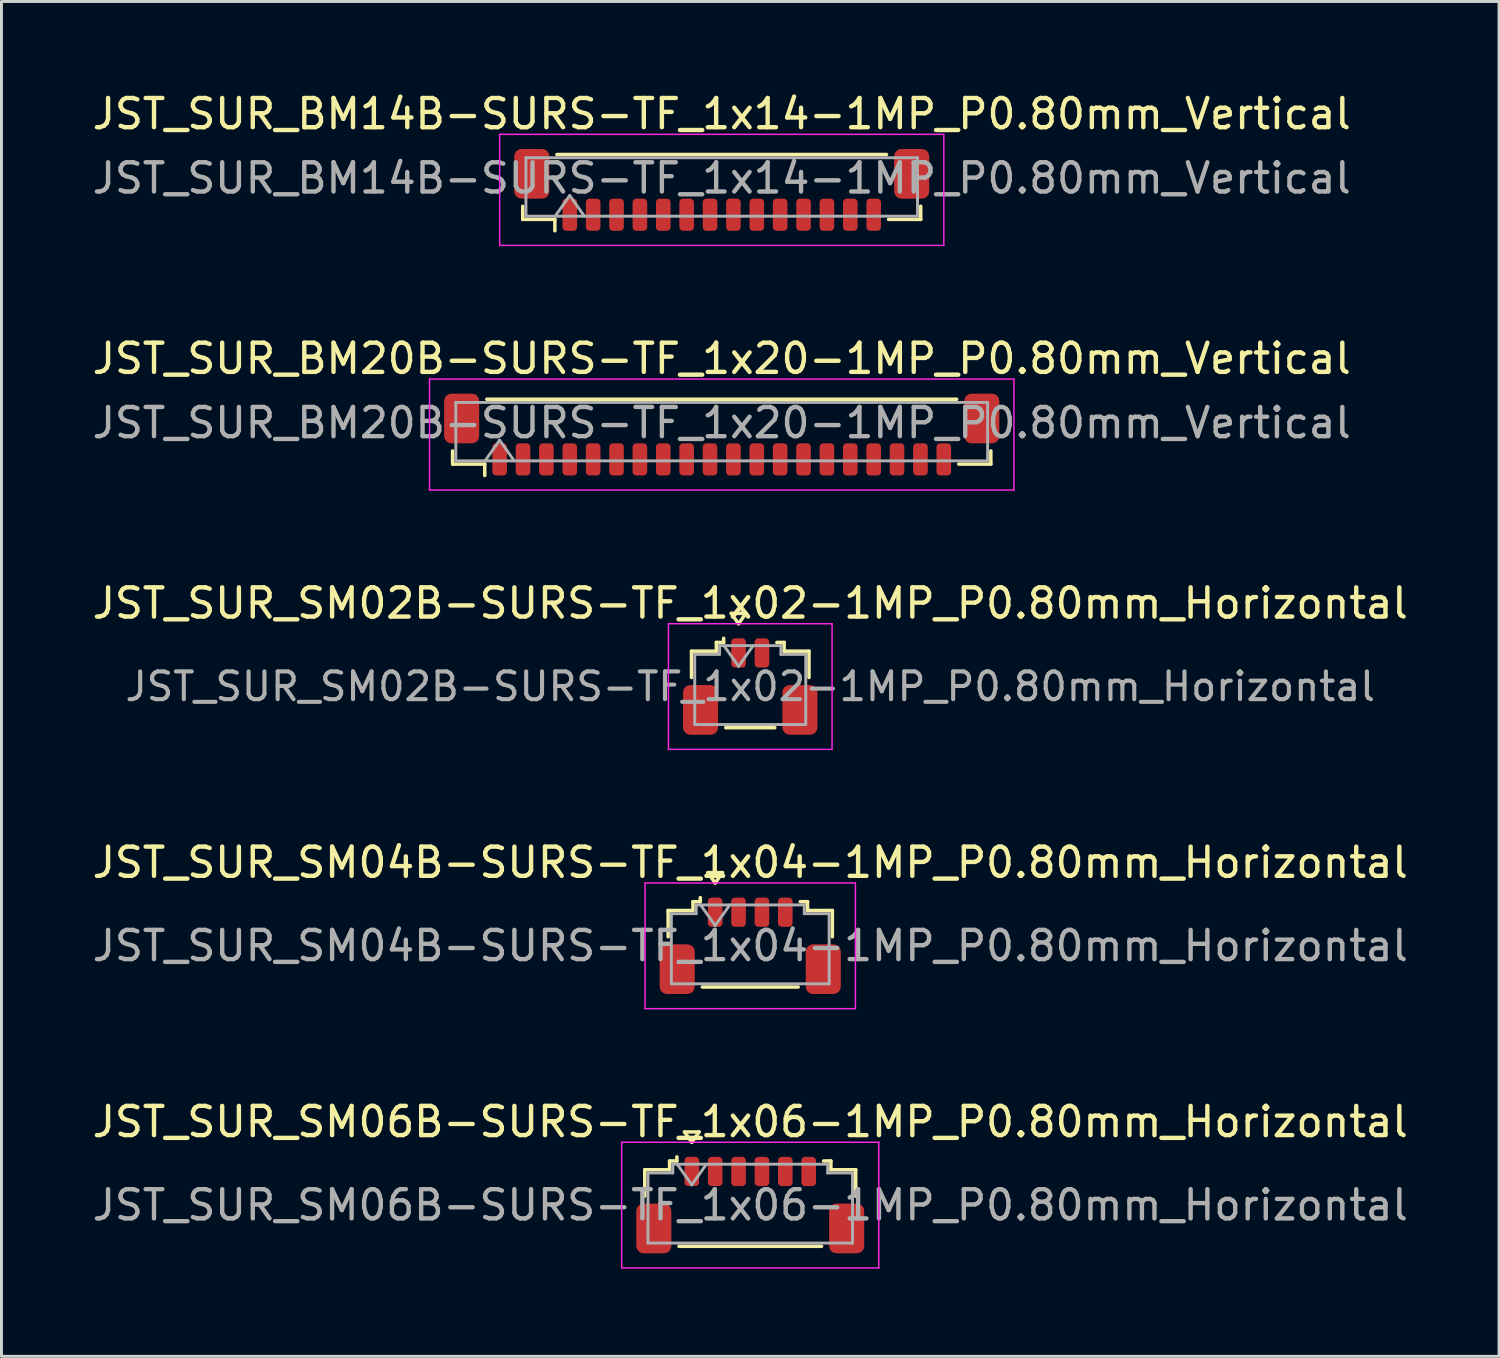
<source format=kicad_pcb>
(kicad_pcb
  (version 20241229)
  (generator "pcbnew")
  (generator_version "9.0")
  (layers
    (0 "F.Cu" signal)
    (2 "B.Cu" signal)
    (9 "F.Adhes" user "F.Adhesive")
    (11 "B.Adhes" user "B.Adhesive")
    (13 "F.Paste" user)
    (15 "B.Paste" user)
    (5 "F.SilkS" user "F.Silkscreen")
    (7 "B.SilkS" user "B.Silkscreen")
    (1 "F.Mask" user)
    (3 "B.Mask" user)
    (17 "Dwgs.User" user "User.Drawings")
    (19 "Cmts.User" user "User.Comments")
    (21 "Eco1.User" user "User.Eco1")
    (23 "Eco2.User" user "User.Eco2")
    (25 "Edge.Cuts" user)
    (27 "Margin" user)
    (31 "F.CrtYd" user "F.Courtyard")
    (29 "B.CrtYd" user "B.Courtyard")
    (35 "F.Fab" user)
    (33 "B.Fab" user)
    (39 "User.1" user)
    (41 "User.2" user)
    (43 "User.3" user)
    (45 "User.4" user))
  (footprint "JST_SUR_SM06B-SURS-TF_1x06-1MP_P0.80mm_Horizontal"
    (layer "F.Cu")
    (at 22.625 38.191)
    (property "Reference" "JST_SUR_SM06B-SURS-TF_1x06-1MP_P0.80mm_Horizontal" (at 0 -2.85 0) (layer "F.SilkS") (effects (font (size 1 1) (thickness 0.15))))
    (attr smd)
    (fp_line (start -3.61 -1.21) (end -2.76 -1.21) (stroke (width 0.12) (type solid)) (layer "F.SilkS"))
    (fp_line (start -3.61 -0.31) (end -3.61 -1.21) (stroke (width 0.12) (type solid)) (layer "F.SilkS"))
    (fp_line (start -2.76 -1.51) (end -2.51 -1.51) (stroke (width 0.12) (type solid)) (layer "F.SilkS"))
    (fp_line (start -2.76 -1.21) (end -2.76 -1.51) (stroke (width 0.12) (type solid)) (layer "F.SilkS"))
    (fp_line (start -2.51 -1.51) (end -2.51 -1.65) (stroke (width 0.12) (type solid)) (layer "F.SilkS"))
    (fp_line (start -2.44 1.41) (end 2.44 1.41) (stroke (width 0.12) (type solid)) (layer "F.SilkS"))
    (fp_line (start -2.25 -2.504) (end -2 -2.15) (stroke (width 0.12) (type solid)) (layer "F.SilkS"))
    (fp_line (start -2 -2.15) (end -1.75 -2.504) (stroke (width 0.12) (type solid)) (layer "F.SilkS"))
    (fp_line (start -1.75 -2.504) (end -2.25 -2.504) (stroke (width 0.12) (type solid)) (layer "F.SilkS"))
    (fp_line (start 2.76 -1.51) (end 2.51 -1.51) (stroke (width 0.12) (type solid)) (layer "F.SilkS"))
    (fp_line (start 2.76 -1.21) (end 2.76 -1.51) (stroke (width 0.12) (type solid)) (layer "F.SilkS"))
    (fp_line (start 3.61 -1.21) (end 2.76 -1.21) (stroke (width 0.12) (type solid)) (layer "F.SilkS"))
    (fp_line (start 3.61 -0.31) (end 3.61 -1.21) (stroke (width 0.12) (type solid)) (layer "F.SilkS"))
    (fp_line (start -4.4 -2.15) (end -4.4 2.15) (stroke (width 0.05) (type solid)) (layer "F.CrtYd"))
    (fp_line (start -4.4 2.15) (end 4.4 2.15) (stroke (width 0.05) (type solid)) (layer "F.CrtYd"))
    (fp_line (start 4.4 -2.15) (end -4.4 -2.15) (stroke (width 0.05) (type solid)) (layer "F.CrtYd"))
    (fp_line (start 4.4 2.15) (end 4.4 -2.15) (stroke (width 0.05) (type solid)) (layer "F.CrtYd"))
    (fp_line (start -3.5 -1.1) (end -3.5 1.3) (stroke (width 0.1) (type solid)) (layer "F.Fab"))
    (fp_line (start -3.5 -1.1) (end -2.65 -1.1) (stroke (width 0.1) (type solid)) (layer "F.Fab"))
    (fp_line (start -3.5 1.3) (end 3.5 1.3) (stroke (width 0.1) (type solid)) (layer "F.Fab"))
    (fp_line (start -2.65 -1.4) (end 2.65 -1.4) (stroke (width 0.1) (type solid)) (layer "F.Fab"))
    (fp_line (start -2.65 -1.1) (end -2.65 -1.4) (stroke (width 0.1) (type solid)) (layer "F.Fab"))
    (fp_line (start -2.5 -1.4) (end -2 -0.693) (stroke (width 0.1) (type solid)) (layer "F.Fab"))
    (fp_line (start -2 -0.693) (end -1.5 -1.4) (stroke (width 0.1) (type solid)) (layer "F.Fab"))
    (fp_line (start 2.65 -1.4) (end 2.65 -1.1) (stroke (width 0.1) (type solid)) (layer "F.Fab"))
    (fp_line (start 2.65 -1.1) (end 3.5 -1.1) (stroke (width 0.1) (type solid)) (layer "F.Fab"))
    (fp_line (start 3.5 -1.1) (end 3.5 1.3) (stroke (width 0.1) (type solid)) (layer "F.Fab"))
    (fp_text user "${REFERENCE}" (at 0 0 0) (layer "F.Fab") (effects (font (size 1 1) (thickness 0.15))))
    (pad "1" smd roundrect (at -2 -1.15) (size 0.5 1) (layers "F.Cu" "F.Mask" "F.Paste") (roundrect_rratio 0.25))
    (pad "2" smd roundrect (at -1.2 -1.15) (size 0.5 1) (layers "F.Cu" "F.Mask" "F.Paste") (roundrect_rratio 0.25))
    (pad "3" smd roundrect (at -0.4 -1.15) (size 0.5 1) (layers "F.Cu" "F.Mask" "F.Paste") (roundrect_rratio 0.25))
    (pad "4" smd roundrect (at 0.4 -1.15) (size 0.5 1) (layers "F.Cu" "F.Mask" "F.Paste") (roundrect_rratio 0.25))
    (pad "5" smd roundrect (at 1.2 -1.15) (size 0.5 1) (layers "F.Cu" "F.Mask" "F.Paste") (roundrect_rratio 0.25))
    (pad "6" smd roundrect (at 2 -1.15) (size 0.5 1) (layers "F.Cu" "F.Mask" "F.Paste") (roundrect_rratio 0.25))
    (pad "MP" smd roundrect (at -3.3 0.8) (size 1.2 1.7) (layers "F.Cu" "F.Mask" "F.Paste") (roundrect_rratio 0.208))
    (pad "MP" smd roundrect (at 3.3 0.8) (size 1.2 1.7) (layers "F.Cu" "F.Mask" "F.Paste") (roundrect_rratio 0.208)))
  (footprint "JST_SUR_BM20B-SURS-TF_1x20-1MP_P0.80mm_Vertical"
    (layer "F.Cu")
    (at 21.649 11.822)
    (property "Reference" "JST_SUR_BM20B-SURS-TF_1x20-1MP_P0.80mm_Vertical" (at 0 -2.6 0) (layer "F.SilkS") (effects (font (size 1 1) (thickness 0.15))))
    (attr smd)
    (fp_line (start -9.21 0.56) (end -9.21 1.01) (stroke (width 0.12) (type solid)) (layer "F.SilkS"))
    (fp_line (start -9.21 1.01) (end -8.11 1.01) (stroke (width 0.12) (type solid)) (layer "F.SilkS"))
    (fp_line (start -8.11 1.01) (end -8.11 1.4) (stroke (width 0.12) (type solid)) (layer "F.SilkS"))
    (fp_line (start -8.04 -1.21) (end 8.04 -1.21) (stroke (width 0.12) (type solid)) (layer "F.SilkS"))
    (fp_line (start 9.21 0.56) (end 9.21 1.01) (stroke (width 0.12) (type solid)) (layer "F.SilkS"))
    (fp_line (start 9.21 1.01) (end 8.11 1.01) (stroke (width 0.12) (type solid)) (layer "F.SilkS"))
    (fp_line (start -10 -1.9) (end -10 1.9) (stroke (width 0.05) (type solid)) (layer "F.CrtYd"))
    (fp_line (start -10 1.9) (end 10 1.9) (stroke (width 0.05) (type solid)) (layer "F.CrtYd"))
    (fp_line (start 10 -1.9) (end -10 -1.9) (stroke (width 0.05) (type solid)) (layer "F.CrtYd"))
    (fp_line (start 10 1.9) (end 10 -1.9) (stroke (width 0.05) (type solid)) (layer "F.CrtYd"))
    (fp_line (start -9.1 -1.1) (end 9.1 -1.1) (stroke (width 0.1) (type solid)) (layer "F.Fab"))
    (fp_line (start -9.1 0.9) (end -9.1 -1.1) (stroke (width 0.1) (type solid)) (layer "F.Fab"))
    (fp_line (start -9.1 0.9) (end 9.1 0.9) (stroke (width 0.1) (type solid)) (layer "F.Fab"))
    (fp_line (start -8.1 0.9) (end -7.6 0.193) (stroke (width 0.1) (type solid)) (layer "F.Fab"))
    (fp_line (start -7.6 0.193) (end -7.1 0.9) (stroke (width 0.1) (type solid)) (layer "F.Fab"))
    (fp_line (start 9.1 0.9) (end 9.1 -1.1) (stroke (width 0.1) (type solid)) (layer "F.Fab"))
    (fp_text user "${REFERENCE}" (at 0 -0.4 0) (layer "F.Fab") (effects (font (size 1 1) (thickness 0.15))))
    (pad "1" smd roundrect (at -7.6 0.85) (size 0.5 1.1) (layers "F.Cu" "F.Mask" "F.Paste") (roundrect_rratio 0.25))
    (pad "2" smd roundrect (at -6.8 0.85) (size 0.5 1.1) (layers "F.Cu" "F.Mask" "F.Paste") (roundrect_rratio 0.25))
    (pad "3" smd roundrect (at -6 0.85) (size 0.5 1.1) (layers "F.Cu" "F.Mask" "F.Paste") (roundrect_rratio 0.25))
    (pad "4" smd roundrect (at -5.2 0.85) (size 0.5 1.1) (layers "F.Cu" "F.Mask" "F.Paste") (roundrect_rratio 0.25))
    (pad "5" smd roundrect (at -4.4 0.85) (size 0.5 1.1) (layers "F.Cu" "F.Mask" "F.Paste") (roundrect_rratio 0.25))
    (pad "6" smd roundrect (at -3.6 0.85) (size 0.5 1.1) (layers "F.Cu" "F.Mask" "F.Paste") (roundrect_rratio 0.25))
    (pad "7" smd roundrect (at -2.8 0.85) (size 0.5 1.1) (layers "F.Cu" "F.Mask" "F.Paste") (roundrect_rratio 0.25))
    (pad "8" smd roundrect (at -2 0.85) (size 0.5 1.1) (layers "F.Cu" "F.Mask" "F.Paste") (roundrect_rratio 0.25))
    (pad "9" smd roundrect (at -1.2 0.85) (size 0.5 1.1) (layers "F.Cu" "F.Mask" "F.Paste") (roundrect_rratio 0.25))
    (pad "10" smd roundrect (at -0.4 0.85) (size 0.5 1.1) (layers "F.Cu" "F.Mask" "F.Paste") (roundrect_rratio 0.25))
    (pad "11" smd roundrect (at 0.4 0.85) (size 0.5 1.1) (layers "F.Cu" "F.Mask" "F.Paste") (roundrect_rratio 0.25))
    (pad "12" smd roundrect (at 1.2 0.85) (size 0.5 1.1) (layers "F.Cu" "F.Mask" "F.Paste") (roundrect_rratio 0.25))
    (pad "13" smd roundrect (at 2 0.85) (size 0.5 1.1) (layers "F.Cu" "F.Mask" "F.Paste") (roundrect_rratio 0.25))
    (pad "14" smd roundrect (at 2.8 0.85) (size 0.5 1.1) (layers "F.Cu" "F.Mask" "F.Paste") (roundrect_rratio 0.25))
    (pad "15" smd roundrect (at 3.6 0.85) (size 0.5 1.1) (layers "F.Cu" "F.Mask" "F.Paste") (roundrect_rratio 0.25))
    (pad "16" smd roundrect (at 4.4 0.85) (size 0.5 1.1) (layers "F.Cu" "F.Mask" "F.Paste") (roundrect_rratio 0.25))
    (pad "17" smd roundrect (at 5.2 0.85) (size 0.5 1.1) (layers "F.Cu" "F.Mask" "F.Paste") (roundrect_rratio 0.25))
    (pad "18" smd roundrect (at 6 0.85) (size 0.5 1.1) (layers "F.Cu" "F.Mask" "F.Paste") (roundrect_rratio 0.25))
    (pad "19" smd roundrect (at 6.8 0.85) (size 0.5 1.1) (layers "F.Cu" "F.Mask" "F.Paste") (roundrect_rratio 0.25))
    (pad "20" smd roundrect (at 7.6 0.85) (size 0.5 1.1) (layers "F.Cu" "F.Mask" "F.Paste") (roundrect_rratio 0.25))
    (pad "MP" smd roundrect (at -8.9 -0.55) (size 1.2 1.7) (layers "F.Cu" "F.Mask" "F.Paste") (roundrect_rratio 0.208))
    (pad "MP" smd roundrect (at 8.9 -0.55) (size 1.2 1.7) (layers "F.Cu" "F.Mask" "F.Paste") (roundrect_rratio 0.208)))
  (footprint "JST_SUR_SM04B-SURS-TF_1x04-1MP_P0.80mm_Horizontal"
    (layer "F.Cu")
    (at 22.625 29.318)
    (property "Reference" "JST_SUR_SM04B-SURS-TF_1x04-1MP_P0.80mm_Horizontal" (at 0 -2.85 0) (layer "F.SilkS") (effects (font (size 1 1) (thickness 0.15))))
    (attr smd)
    (fp_line (start -2.81 -1.21) (end -1.96 -1.21) (stroke (width 0.12) (type solid)) (layer "F.SilkS"))
    (fp_line (start -2.81 -0.31) (end -2.81 -1.21) (stroke (width 0.12) (type solid)) (layer "F.SilkS"))
    (fp_line (start -1.96 -1.51) (end -1.71 -1.51) (stroke (width 0.12) (type solid)) (layer "F.SilkS"))
    (fp_line (start -1.96 -1.21) (end -1.96 -1.51) (stroke (width 0.12) (type solid)) (layer "F.SilkS"))
    (fp_line (start -1.71 -1.51) (end -1.71 -1.65) (stroke (width 0.12) (type solid)) (layer "F.SilkS"))
    (fp_line (start -1.64 1.41) (end 1.64 1.41) (stroke (width 0.12) (type solid)) (layer "F.SilkS"))
    (fp_line (start -1.45 -2.504) (end -1.2 -2.15) (stroke (width 0.12) (type solid)) (layer "F.SilkS"))
    (fp_line (start -1.2 -2.15) (end -0.95 -2.504) (stroke (width 0.12) (type solid)) (layer "F.SilkS"))
    (fp_line (start -0.95 -2.504) (end -1.45 -2.504) (stroke (width 0.12) (type solid)) (layer "F.SilkS"))
    (fp_line (start 1.96 -1.51) (end 1.71 -1.51) (stroke (width 0.12) (type solid)) (layer "F.SilkS"))
    (fp_line (start 1.96 -1.21) (end 1.96 -1.51) (stroke (width 0.12) (type solid)) (layer "F.SilkS"))
    (fp_line (start 2.81 -1.21) (end 1.96 -1.21) (stroke (width 0.12) (type solid)) (layer "F.SilkS"))
    (fp_line (start 2.81 -0.31) (end 2.81 -1.21) (stroke (width 0.12) (type solid)) (layer "F.SilkS"))
    (fp_line (start -3.6 -2.15) (end -3.6 2.15) (stroke (width 0.05) (type solid)) (layer "F.CrtYd"))
    (fp_line (start -3.6 2.15) (end 3.6 2.15) (stroke (width 0.05) (type solid)) (layer "F.CrtYd"))
    (fp_line (start 3.6 -2.15) (end -3.6 -2.15) (stroke (width 0.05) (type solid)) (layer "F.CrtYd"))
    (fp_line (start 3.6 2.15) (end 3.6 -2.15) (stroke (width 0.05) (type solid)) (layer "F.CrtYd"))
    (fp_line (start -2.7 -1.1) (end -2.7 1.3) (stroke (width 0.1) (type solid)) (layer "F.Fab"))
    (fp_line (start -2.7 -1.1) (end -1.85 -1.1) (stroke (width 0.1) (type solid)) (layer "F.Fab"))
    (fp_line (start -2.7 1.3) (end 2.7 1.3) (stroke (width 0.1) (type solid)) (layer "F.Fab"))
    (fp_line (start -1.85 -1.4) (end 1.85 -1.4) (stroke (width 0.1) (type solid)) (layer "F.Fab"))
    (fp_line (start -1.85 -1.1) (end -1.85 -1.4) (stroke (width 0.1) (type solid)) (layer "F.Fab"))
    (fp_line (start -1.7 -1.4) (end -1.2 -0.693) (stroke (width 0.1) (type solid)) (layer "F.Fab"))
    (fp_line (start -1.2 -0.693) (end -0.7 -1.4) (stroke (width 0.1) (type solid)) (layer "F.Fab"))
    (fp_line (start 1.85 -1.4) (end 1.85 -1.1) (stroke (width 0.1) (type solid)) (layer "F.Fab"))
    (fp_line (start 1.85 -1.1) (end 2.7 -1.1) (stroke (width 0.1) (type solid)) (layer "F.Fab"))
    (fp_line (start 2.7 -1.1) (end 2.7 1.3) (stroke (width 0.1) (type solid)) (layer "F.Fab"))
    (fp_text user "${REFERENCE}" (at 0 0 0) (layer "F.Fab") (effects (font (size 1 1) (thickness 0.15))))
    (pad "1" smd roundrect (at -1.2 -1.15) (size 0.5 1) (layers "F.Cu" "F.Mask" "F.Paste") (roundrect_rratio 0.25))
    (pad "2" smd roundrect (at -0.4 -1.15) (size 0.5 1) (layers "F.Cu" "F.Mask" "F.Paste") (roundrect_rratio 0.25))
    (pad "3" smd roundrect (at 0.4 -1.15) (size 0.5 1) (layers "F.Cu" "F.Mask" "F.Paste") (roundrect_rratio 0.25))
    (pad "4" smd roundrect (at 1.2 -1.15) (size 0.5 1) (layers "F.Cu" "F.Mask" "F.Paste") (roundrect_rratio 0.25))
    (pad "MP" smd roundrect (at -2.5 0.8) (size 1.2 1.7) (layers "F.Cu" "F.Mask" "F.Paste") (roundrect_rratio 0.208))
    (pad "MP" smd roundrect (at 2.5 0.8) (size 1.2 1.7) (layers "F.Cu" "F.Mask" "F.Paste") (roundrect_rratio 0.208)))
  (footprint "JST_SUR_SM02B-SURS-TF_1x02-1MP_P0.80mm_Horizontal"
    (layer "F.Cu")
    (at 22.625 20.445)
    (property "Reference" "JST_SUR_SM02B-SURS-TF_1x02-1MP_P0.80mm_Horizontal" (at 0 -2.85 0) (layer "F.SilkS") (effects (font (size 1 1) (thickness 0.15))))
    (attr smd)
    (fp_line (start -2.01 -1.21) (end -1.16 -1.21) (stroke (width 0.12) (type solid)) (layer "F.SilkS"))
    (fp_line (start -2.01 -0.31) (end -2.01 -1.21) (stroke (width 0.12) (type solid)) (layer "F.SilkS"))
    (fp_line (start -1.16 -1.51) (end -0.91 -1.51) (stroke (width 0.12) (type solid)) (layer "F.SilkS"))
    (fp_line (start -1.16 -1.21) (end -1.16 -1.51) (stroke (width 0.12) (type solid)) (layer "F.SilkS"))
    (fp_line (start -0.91 -1.51) (end -0.91 -1.65) (stroke (width 0.12) (type solid)) (layer "F.SilkS"))
    (fp_line (start -0.84 1.41) (end 0.84 1.41) (stroke (width 0.12) (type solid)) (layer "F.SilkS"))
    (fp_line (start -0.65 -2.504) (end -0.4 -2.15) (stroke (width 0.12) (type solid)) (layer "F.SilkS"))
    (fp_line (start -0.4 -2.15) (end -0.15 -2.504) (stroke (width 0.12) (type solid)) (layer "F.SilkS"))
    (fp_line (start -0.15 -2.504) (end -0.65 -2.504) (stroke (width 0.12) (type solid)) (layer "F.SilkS"))
    (fp_line (start 1.16 -1.51) (end 0.91 -1.51) (stroke (width 0.12) (type solid)) (layer "F.SilkS"))
    (fp_line (start 1.16 -1.21) (end 1.16 -1.51) (stroke (width 0.12) (type solid)) (layer "F.SilkS"))
    (fp_line (start 2.01 -1.21) (end 1.16 -1.21) (stroke (width 0.12) (type solid)) (layer "F.SilkS"))
    (fp_line (start 2.01 -0.31) (end 2.01 -1.21) (stroke (width 0.12) (type solid)) (layer "F.SilkS"))
    (fp_line (start -2.8 -2.15) (end -2.8 2.15) (stroke (width 0.05) (type solid)) (layer "F.CrtYd"))
    (fp_line (start -2.8 2.15) (end 2.8 2.15) (stroke (width 0.05) (type solid)) (layer "F.CrtYd"))
    (fp_line (start 2.8 -2.15) (end -2.8 -2.15) (stroke (width 0.05) (type solid)) (layer "F.CrtYd"))
    (fp_line (start 2.8 2.15) (end 2.8 -2.15) (stroke (width 0.05) (type solid)) (layer "F.CrtYd"))
    (fp_line (start -1.9 -1.1) (end -1.9 1.3) (stroke (width 0.1) (type solid)) (layer "F.Fab"))
    (fp_line (start -1.9 -1.1) (end -1.05 -1.1) (stroke (width 0.1) (type solid)) (layer "F.Fab"))
    (fp_line (start -1.9 1.3) (end 1.9 1.3) (stroke (width 0.1) (type solid)) (layer "F.Fab"))
    (fp_line (start -1.05 -1.4) (end 1.05 -1.4) (stroke (width 0.1) (type solid)) (layer "F.Fab"))
    (fp_line (start -1.05 -1.1) (end -1.05 -1.4) (stroke (width 0.1) (type solid)) (layer "F.Fab"))
    (fp_line (start -0.9 -1.4) (end -0.4 -0.693) (stroke (width 0.1) (type solid)) (layer "F.Fab"))
    (fp_line (start -0.4 -0.693) (end 0.1 -1.4) (stroke (width 0.1) (type solid)) (layer "F.Fab"))
    (fp_line (start 1.05 -1.4) (end 1.05 -1.1) (stroke (width 0.1) (type solid)) (layer "F.Fab"))
    (fp_line (start 1.05 -1.1) (end 1.9 -1.1) (stroke (width 0.1) (type solid)) (layer "F.Fab"))
    (fp_line (start 1.9 -1.1) (end 1.9 1.3) (stroke (width 0.1) (type solid)) (layer "F.Fab"))
    (fp_text user "${REFERENCE}" (at 0 0 0) (layer "F.Fab") (effects (font (size 0.95 0.95) (thickness 0.14))))
    (pad "1" smd roundrect (at -0.4 -1.15) (size 0.5 1) (layers "F.Cu" "F.Mask" "F.Paste") (roundrect_rratio 0.25))
    (pad "2" smd roundrect (at 0.4 -1.15) (size 0.5 1) (layers "F.Cu" "F.Mask" "F.Paste") (roundrect_rratio 0.25))
    (pad "MP" smd roundrect (at -1.7 0.8) (size 1.2 1.7) (layers "F.Cu" "F.Mask" "F.Paste") (roundrect_rratio 0.208))
    (pad "MP" smd roundrect (at 1.7 0.8) (size 1.2 1.7) (layers "F.Cu" "F.Mask" "F.Paste") (roundrect_rratio 0.208)))
  (footprint "JST_SUR_BM14B-SURS-TF_1x14-1MP_P0.80mm_Vertical"
    (layer "F.Cu")
    (at 21.649 3.448)
    (property "Reference" "JST_SUR_BM14B-SURS-TF_1x14-1MP_P0.80mm_Vertical" (at 0 -2.6 0) (layer "F.SilkS") (effects (font (size 1 1) (thickness 0.15))))
    (attr smd)
    (fp_line (start -6.81 0.56) (end -6.81 1.01) (stroke (width 0.12) (type solid)) (layer "F.SilkS"))
    (fp_line (start -6.81 1.01) (end -5.71 1.01) (stroke (width 0.12) (type solid)) (layer "F.SilkS"))
    (fp_line (start -5.71 1.01) (end -5.71 1.4) (stroke (width 0.12) (type solid)) (layer "F.SilkS"))
    (fp_line (start -5.64 -1.21) (end 5.64 -1.21) (stroke (width 0.12) (type solid)) (layer "F.SilkS"))
    (fp_line (start 6.81 0.56) (end 6.81 1.01) (stroke (width 0.12) (type solid)) (layer "F.SilkS"))
    (fp_line (start 6.81 1.01) (end 5.71 1.01) (stroke (width 0.12) (type solid)) (layer "F.SilkS"))
    (fp_line (start -7.6 -1.9) (end -7.6 1.9) (stroke (width 0.05) (type solid)) (layer "F.CrtYd"))
    (fp_line (start -7.6 1.9) (end 7.6 1.9) (stroke (width 0.05) (type solid)) (layer "F.CrtYd"))
    (fp_line (start 7.6 -1.9) (end -7.6 -1.9) (stroke (width 0.05) (type solid)) (layer "F.CrtYd"))
    (fp_line (start 7.6 1.9) (end 7.6 -1.9) (stroke (width 0.05) (type solid)) (layer "F.CrtYd"))
    (fp_line (start -6.7 -1.1) (end 6.7 -1.1) (stroke (width 0.1) (type solid)) (layer "F.Fab"))
    (fp_line (start -6.7 0.9) (end -6.7 -1.1) (stroke (width 0.1) (type solid)) (layer "F.Fab"))
    (fp_line (start -6.7 0.9) (end 6.7 0.9) (stroke (width 0.1) (type solid)) (layer "F.Fab"))
    (fp_line (start -5.7 0.9) (end -5.2 0.193) (stroke (width 0.1) (type solid)) (layer "F.Fab"))
    (fp_line (start -5.2 0.193) (end -4.7 0.9) (stroke (width 0.1) (type solid)) (layer "F.Fab"))
    (fp_line (start 6.7 0.9) (end 6.7 -1.1) (stroke (width 0.1) (type solid)) (layer "F.Fab"))
    (fp_text user "${REFERENCE}" (at 0 -0.4 0) (layer "F.Fab") (effects (font (size 1 1) (thickness 0.15))))
    (pad "1" smd roundrect (at -5.2 0.85) (size 0.5 1.1) (layers "F.Cu" "F.Mask" "F.Paste") (roundrect_rratio 0.25))
    (pad "2" smd roundrect (at -4.4 0.85) (size 0.5 1.1) (layers "F.Cu" "F.Mask" "F.Paste") (roundrect_rratio 0.25))
    (pad "3" smd roundrect (at -3.6 0.85) (size 0.5 1.1) (layers "F.Cu" "F.Mask" "F.Paste") (roundrect_rratio 0.25))
    (pad "4" smd roundrect (at -2.8 0.85) (size 0.5 1.1) (layers "F.Cu" "F.Mask" "F.Paste") (roundrect_rratio 0.25))
    (pad "5" smd roundrect (at -2 0.85) (size 0.5 1.1) (layers "F.Cu" "F.Mask" "F.Paste") (roundrect_rratio 0.25))
    (pad "6" smd roundrect (at -1.2 0.85) (size 0.5 1.1) (layers "F.Cu" "F.Mask" "F.Paste") (roundrect_rratio 0.25))
    (pad "7" smd roundrect (at -0.4 0.85) (size 0.5 1.1) (layers "F.Cu" "F.Mask" "F.Paste") (roundrect_rratio 0.25))
    (pad "8" smd roundrect (at 0.4 0.85) (size 0.5 1.1) (layers "F.Cu" "F.Mask" "F.Paste") (roundrect_rratio 0.25))
    (pad "9" smd roundrect (at 1.2 0.85) (size 0.5 1.1) (layers "F.Cu" "F.Mask" "F.Paste") (roundrect_rratio 0.25))
    (pad "10" smd roundrect (at 2 0.85) (size 0.5 1.1) (layers "F.Cu" "F.Mask" "F.Paste") (roundrect_rratio 0.25))
    (pad "11" smd roundrect (at 2.8 0.85) (size 0.5 1.1) (layers "F.Cu" "F.Mask" "F.Paste") (roundrect_rratio 0.25))
    (pad "12" smd roundrect (at 3.6 0.85) (size 0.5 1.1) (layers "F.Cu" "F.Mask" "F.Paste") (roundrect_rratio 0.25))
    (pad "13" smd roundrect (at 4.4 0.85) (size 0.5 1.1) (layers "F.Cu" "F.Mask" "F.Paste") (roundrect_rratio 0.25))
    (pad "14" smd roundrect (at 5.2 0.85) (size 0.5 1.1) (layers "F.Cu" "F.Mask" "F.Paste") (roundrect_rratio 0.25))
    (pad "MP" smd roundrect (at -6.5 -0.55) (size 1.2 1.7) (layers "F.Cu" "F.Mask" "F.Paste") (roundrect_rratio 0.208))
    (pad "MP" smd roundrect (at 6.5 -0.55) (size 1.2 1.7) (layers "F.Cu" "F.Mask" "F.Paste") (roundrect_rratio 0.208)))
  (gr_rect
    (start -3 -3)
    (end 48.25 43.366)
    (stroke (width 0.1) (type default))
    (fill no)
    (layer "Edge.Cuts")))
</source>
